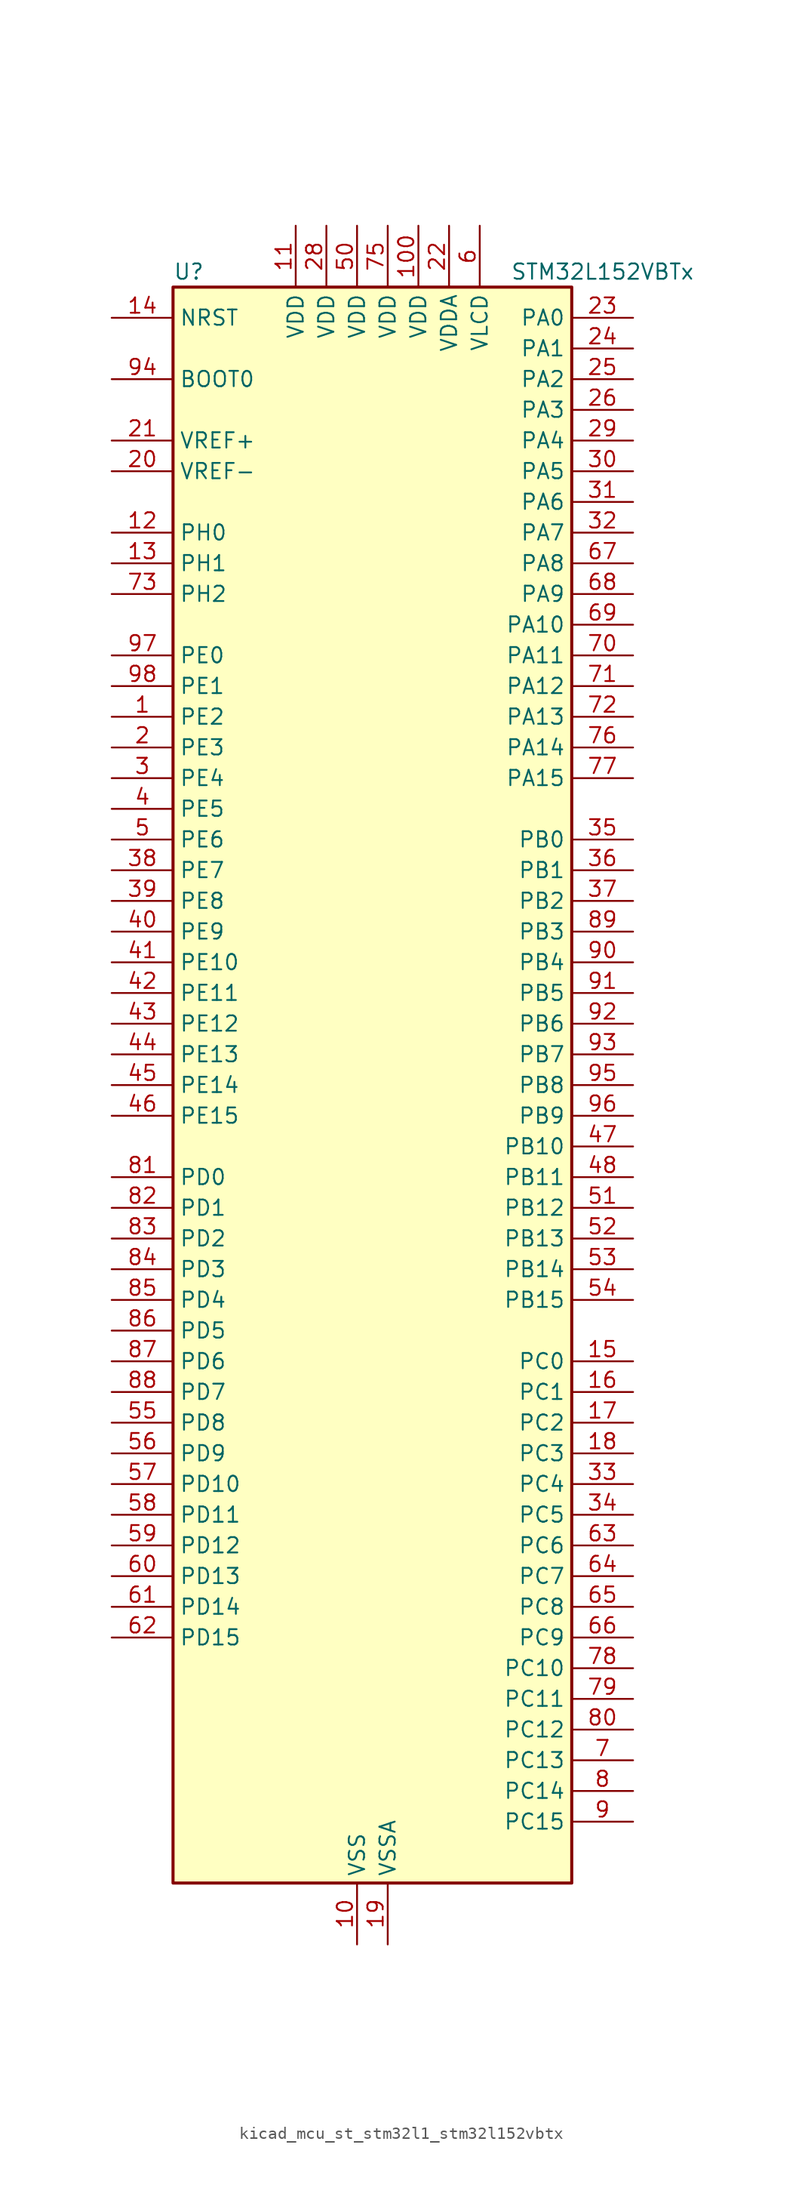
<source format=kicad_sym>
(kicad_symbol_lib
  (version 20220914)
  (generator kicad_symbol_editor)
  (symbol "kicad_mcu_st_stm32l1_stm32l152vbtx"
    (property "Reference" "U"
      (at -15.24 67.31 0)
      (effects (font (size 1.27 1.27)) (justify left)))
    (property "Value" "STM32L152VBTx"
      (at 12.7 67.31 0)
      (effects (font (size 1.27 1.27)) (justify left)))
    (property "ki_locked" ""
      (at 0 0 0)
      (effects (font (size 1.27 1.27))))
    (symbol "kicad_mcu_st_stm32l1_stm32l152vbtx_0_1"
      (rectangle (start -15.24 -66.04) (end 17.78 66.04) (stroke (width 0.254) (type default)) (fill (type background))))
    (symbol "kicad_mcu_st_stm32l1_stm32l152vbtx_1_1"
      (pin bidirectional line (at -20.32 30.48 0) (length 5.08) (name "PE2" (effects (font (size 1.27 1.27)))) (number "1" (effects (font (size 1.27 1.27)))) (alternate "LCD_SEG38" bidirectional line) (alternate "SYS_TRACECK" bidirectional line) (alternate "TIM3_ETR" bidirectional line) (alternate "TIMX_IC3" bidirectional line))
      (pin power_in line (at 0 -71.12 90) (length 5.08) (name "VSS" (effects (font (size 1.27 1.27)))) (number "10" (effects (font (size 1.27 1.27)))))
      (pin power_in line (at 5.08 71.12 270) (length 5.08) (name "VDD" (effects (font (size 1.27 1.27)))) (number "100" (effects (font (size 1.27 1.27)))))
      (pin power_in line (at -5.08 71.12 270) (length 5.08) (name "VDD" (effects (font (size 1.27 1.27)))) (number "11" (effects (font (size 1.27 1.27)))))
      (pin bidirectional line (at -20.32 45.72 0) (length 5.08) (name "PH0" (effects (font (size 1.27 1.27)))) (number "12" (effects (font (size 1.27 1.27)))) (alternate "RCC_OSC_IN" bidirectional line))
      (pin bidirectional line (at -20.32 43.18 0) (length 5.08) (name "PH1" (effects (font (size 1.27 1.27)))) (number "13" (effects (font (size 1.27 1.27)))) (alternate "RCC_OSC_OUT" bidirectional line))
      (pin input line (at -20.32 63.5 0) (length 5.08) (name "NRST" (effects (font (size 1.27 1.27)))) (number "14" (effects (font (size 1.27 1.27)))))
      (pin bidirectional line (at 22.86 -22.86 180) (length 5.08) (name "PC0" (effects (font (size 1.27 1.27)))) (number "15" (effects (font (size 1.27 1.27)))) (alternate "ADC_IN10" bidirectional line) (alternate "COMP1_INP" bidirectional line) (alternate "LCD_SEG18" bidirectional line) (alternate "TIMX_IC1" bidirectional line) (alternate "TS_G8_IO1" bidirectional line))
      (pin bidirectional line (at 22.86 -25.4 180) (length 5.08) (name "PC1" (effects (font (size 1.27 1.27)))) (number "16" (effects (font (size 1.27 1.27)))) (alternate "ADC_IN11" bidirectional line) (alternate "COMP1_INP" bidirectional line) (alternate "LCD_SEG19" bidirectional line) (alternate "TIMX_IC2" bidirectional line) (alternate "TS_G8_IO2" bidirectional line))
      (pin bidirectional line (at 22.86 -27.94 180) (length 5.08) (name "PC2" (effects (font (size 1.27 1.27)))) (number "17" (effects (font (size 1.27 1.27)))) (alternate "ADC_IN12" bidirectional line) (alternate "COMP1_INP" bidirectional line) (alternate "LCD_SEG20" bidirectional line) (alternate "TIMX_IC3" bidirectional line) (alternate "TS_G8_IO3" bidirectional line))
      (pin bidirectional line (at 22.86 -30.48 180) (length 5.08) (name "PC3" (effects (font (size 1.27 1.27)))) (number "18" (effects (font (size 1.27 1.27)))) (alternate "ADC_IN13" bidirectional line) (alternate "COMP1_INP" bidirectional line) (alternate "LCD_SEG21" bidirectional line) (alternate "TIMX_IC4" bidirectional line) (alternate "TS_G8_IO4" bidirectional line))
      (pin power_in line (at 2.54 -71.12 90) (length 5.08) (name "VSSA" (effects (font (size 1.27 1.27)))) (number "19" (effects (font (size 1.27 1.27)))))
      (pin bidirectional line (at -20.32 27.94 0) (length 5.08) (name "PE3" (effects (font (size 1.27 1.27)))) (number "2" (effects (font (size 1.27 1.27)))) (alternate "LCD_SEG39" bidirectional line) (alternate "SYS_TRACED0" bidirectional line) (alternate "TIM3_CH1" bidirectional line) (alternate "TIMX_IC4" bidirectional line))
      (pin input line (at -20.32 50.8 0) (length 5.08) (name "VREF-" (effects (font (size 1.27 1.27)))) (number "20" (effects (font (size 1.27 1.27)))))
      (pin input line (at -20.32 53.34 0) (length 5.08) (name "VREF+" (effects (font (size 1.27 1.27)))) (number "21" (effects (font (size 1.27 1.27)))))
      (pin power_in line (at 7.62 71.12 270) (length 5.08) (name "VDDA" (effects (font (size 1.27 1.27)))) (number "22" (effects (font (size 1.27 1.27)))))
      (pin bidirectional line (at 22.86 63.5 180) (length 5.08) (name "PA0" (effects (font (size 1.27 1.27)))) (number "23" (effects (font (size 1.27 1.27)))) (alternate "ADC_IN0" bidirectional line) (alternate "COMP1_INP" bidirectional line) (alternate "SYS_WKUP1" bidirectional line) (alternate "TIM2_CH1" bidirectional line) (alternate "TIM2_ETR" bidirectional line) (alternate "TIMX_IC1" bidirectional line) (alternate "TS_G1_IO1" bidirectional line) (alternate "USART2_CTS" bidirectional line))
      (pin bidirectional line (at 22.86 60.96 180) (length 5.08) (name "PA1" (effects (font (size 1.27 1.27)))) (number "24" (effects (font (size 1.27 1.27)))) (alternate "ADC_IN1" bidirectional line) (alternate "COMP1_INP" bidirectional line) (alternate "LCD_SEG0" bidirectional line) (alternate "TIM2_CH2" bidirectional line) (alternate "TIMX_IC2" bidirectional line) (alternate "TS_G1_IO2" bidirectional line) (alternate "USART2_RTS" bidirectional line))
      (pin bidirectional line (at 22.86 58.42 180) (length 5.08) (name "PA2" (effects (font (size 1.27 1.27)))) (number "25" (effects (font (size 1.27 1.27)))) (alternate "ADC_IN2" bidirectional line) (alternate "COMP1_INP" bidirectional line) (alternate "LCD_SEG1" bidirectional line) (alternate "TIM2_CH3" bidirectional line) (alternate "TIM9_CH1" bidirectional line) (alternate "TIMX_IC3" bidirectional line) (alternate "TS_G1_IO3" bidirectional line) (alternate "USART2_TX" bidirectional line))
      (pin bidirectional line (at 22.86 55.88 180) (length 5.08) (name "PA3" (effects (font (size 1.27 1.27)))) (number "26" (effects (font (size 1.27 1.27)))) (alternate "ADC_IN3" bidirectional line) (alternate "COMP1_INP" bidirectional line) (alternate "LCD_SEG2" bidirectional line) (alternate "TIM2_CH4" bidirectional line) (alternate "TIM9_CH2" bidirectional line) (alternate "TIMX_IC4" bidirectional line) (alternate "TS_G1_IO4" bidirectional line) (alternate "USART2_RX" bidirectional line))
      (pin passive line (at 0 -71.12 90) (length 5.08) hide (name "VSS" (effects (font (size 1.27 1.27)))) (number "27" (effects (font (size 1.27 1.27)))))
      (pin power_in line (at -2.54 71.12 270) (length 5.08) (name "VDD" (effects (font (size 1.27 1.27)))) (number "28" (effects (font (size 1.27 1.27)))))
      (pin bidirectional line (at 22.86 53.34 180) (length 5.08) (name "PA4" (effects (font (size 1.27 1.27)))) (number "29" (effects (font (size 1.27 1.27)))) (alternate "ADC_IN4" bidirectional line) (alternate "COMP1_INP" bidirectional line) (alternate "DAC_OUT1" bidirectional line) (alternate "SPI1_NSS" bidirectional line) (alternate "TIMX_IC1" bidirectional line) (alternate "USART2_CK" bidirectional line))
      (pin bidirectional line (at -20.32 25.4 0) (length 5.08) (name "PE4" (effects (font (size 1.27 1.27)))) (number "3" (effects (font (size 1.27 1.27)))) (alternate "SYS_TRACED1" bidirectional line) (alternate "TIM3_CH2" bidirectional line) (alternate "TIMX_IC1" bidirectional line))
      (pin bidirectional line (at 22.86 50.8 180) (length 5.08) (name "PA5" (effects (font (size 1.27 1.27)))) (number "30" (effects (font (size 1.27 1.27)))) (alternate "ADC_IN5" bidirectional line) (alternate "COMP1_INP" bidirectional line) (alternate "DAC_OUT2" bidirectional line) (alternate "SPI1_SCK" bidirectional line) (alternate "TIM2_CH1" bidirectional line) (alternate "TIM2_ETR" bidirectional line) (alternate "TIMX_IC2" bidirectional line))
      (pin bidirectional line (at 22.86 48.26 180) (length 5.08) (name "PA6" (effects (font (size 1.27 1.27)))) (number "31" (effects (font (size 1.27 1.27)))) (alternate "ADC_IN6" bidirectional line) (alternate "COMP1_INP" bidirectional line) (alternate "LCD_SEG3" bidirectional line) (alternate "SPI1_MISO" bidirectional line) (alternate "TIM10_CH1" bidirectional line) (alternate "TIM3_CH1" bidirectional line) (alternate "TIMX_IC3" bidirectional line) (alternate "TS_G2_IO1" bidirectional line))
      (pin bidirectional line (at 22.86 45.72 180) (length 5.08) (name "PA7" (effects (font (size 1.27 1.27)))) (number "32" (effects (font (size 1.27 1.27)))) (alternate "ADC_IN7" bidirectional line) (alternate "COMP1_INP" bidirectional line) (alternate "LCD_SEG4" bidirectional line) (alternate "SPI1_MOSI" bidirectional line) (alternate "TIM11_CH1" bidirectional line) (alternate "TIM3_CH2" bidirectional line) (alternate "TIMX_IC4" bidirectional line) (alternate "TS_G2_IO2" bidirectional line))
      (pin bidirectional line (at 22.86 -33.02 180) (length 5.08) (name "PC4" (effects (font (size 1.27 1.27)))) (number "33" (effects (font (size 1.27 1.27)))) (alternate "ADC_IN14" bidirectional line) (alternate "COMP1_INP" bidirectional line) (alternate "LCD_SEG22" bidirectional line) (alternate "TIMX_IC1" bidirectional line) (alternate "TS_G9_IO1" bidirectional line))
      (pin bidirectional line (at 22.86 -35.56 180) (length 5.08) (name "PC5" (effects (font (size 1.27 1.27)))) (number "34" (effects (font (size 1.27 1.27)))) (alternate "ADC_IN15" bidirectional line) (alternate "COMP1_INP" bidirectional line) (alternate "LCD_SEG23" bidirectional line) (alternate "TIMX_IC2" bidirectional line) (alternate "TS_G9_IO2" bidirectional line))
      (pin bidirectional line (at 22.86 20.32 180) (length 5.08) (name "PB0" (effects (font (size 1.27 1.27)))) (number "35" (effects (font (size 1.27 1.27)))) (alternate "ADC_IN8" bidirectional line) (alternate "COMP1_INP" bidirectional line) (alternate "LCD_SEG5" bidirectional line) (alternate "SYS_V_REF_OUT" bidirectional line) (alternate "TIM3_CH3" bidirectional line) (alternate "TS_G3_IO1" bidirectional line))
      (pin bidirectional line (at 22.86 17.78 180) (length 5.08) (name "PB1" (effects (font (size 1.27 1.27)))) (number "36" (effects (font (size 1.27 1.27)))) (alternate "ADC_IN9" bidirectional line) (alternate "COMP1_INP" bidirectional line) (alternate "LCD_SEG6" bidirectional line) (alternate "SYS_V_REF_OUT" bidirectional line) (alternate "TIM3_CH4" bidirectional line) (alternate "TS_G3_IO2" bidirectional line))
      (pin bidirectional line (at 22.86 15.24 180) (length 5.08) (name "PB2" (effects (font (size 1.27 1.27)))) (number "37" (effects (font (size 1.27 1.27)))))
      (pin bidirectional line (at -20.32 17.78 0) (length 5.08) (name "PE7" (effects (font (size 1.27 1.27)))) (number "38" (effects (font (size 1.27 1.27)))) (alternate "ADC_IN22" bidirectional line) (alternate "COMP1_INP" bidirectional line) (alternate "TIMX_IC4" bidirectional line))
      (pin bidirectional line (at -20.32 15.24 0) (length 5.08) (name "PE8" (effects (font (size 1.27 1.27)))) (number "39" (effects (font (size 1.27 1.27)))) (alternate "ADC_IN23" bidirectional line) (alternate "COMP1_INP" bidirectional line) (alternate "TIMX_IC1" bidirectional line))
      (pin bidirectional line (at -20.32 22.86 0) (length 5.08) (name "PE5" (effects (font (size 1.27 1.27)))) (number "4" (effects (font (size 1.27 1.27)))) (alternate "SYS_TRACED2" bidirectional line) (alternate "TIM9_CH1" bidirectional line) (alternate "TIMX_IC2" bidirectional line))
      (pin bidirectional line (at -20.32 12.7 0) (length 5.08) (name "PE9" (effects (font (size 1.27 1.27)))) (number "40" (effects (font (size 1.27 1.27)))) (alternate "ADC_IN24" bidirectional line) (alternate "COMP1_INP" bidirectional line) (alternate "DAC_EXTI9" bidirectional line) (alternate "TIM2_CH1" bidirectional line) (alternate "TIM2_ETR" bidirectional line) (alternate "TIMX_IC2" bidirectional line))
      (pin bidirectional line (at -20.32 10.16 0) (length 5.08) (name "PE10" (effects (font (size 1.27 1.27)))) (number "41" (effects (font (size 1.27 1.27)))) (alternate "ADC_IN25" bidirectional line) (alternate "COMP1_INP" bidirectional line) (alternate "TIM2_CH2" bidirectional line) (alternate "TIMX_IC3" bidirectional line))
      (pin bidirectional line (at -20.32 7.62 0) (length 5.08) (name "PE11" (effects (font (size 1.27 1.27)))) (number "42" (effects (font (size 1.27 1.27)))) (alternate "ADC_EXTI11" bidirectional line) (alternate "TIM2_CH3" bidirectional line) (alternate "TIMX_IC4" bidirectional line))
      (pin bidirectional line (at -20.32 5.08 0) (length 5.08) (name "PE12" (effects (font (size 1.27 1.27)))) (number "43" (effects (font (size 1.27 1.27)))) (alternate "SPI1_NSS" bidirectional line) (alternate "TIM2_CH4" bidirectional line) (alternate "TIMX_IC1" bidirectional line))
      (pin bidirectional line (at -20.32 2.54 0) (length 5.08) (name "PE13" (effects (font (size 1.27 1.27)))) (number "44" (effects (font (size 1.27 1.27)))) (alternate "SPI1_SCK" bidirectional line) (alternate "TIMX_IC2" bidirectional line))
      (pin bidirectional line (at -20.32 0 0) (length 5.08) (name "PE14" (effects (font (size 1.27 1.27)))) (number "45" (effects (font (size 1.27 1.27)))) (alternate "SPI1_MISO" bidirectional line) (alternate "TIMX_IC3" bidirectional line))
      (pin bidirectional line (at -20.32 -2.54 0) (length 5.08) (name "PE15" (effects (font (size 1.27 1.27)))) (number "46" (effects (font (size 1.27 1.27)))) (alternate "ADC_EXTI15" bidirectional line) (alternate "SPI1_MOSI" bidirectional line) (alternate "TIMX_IC4" bidirectional line))
      (pin bidirectional line (at 22.86 -5.08 180) (length 5.08) (name "PB10" (effects (font (size 1.27 1.27)))) (number "47" (effects (font (size 1.27 1.27)))) (alternate "I2C2_SCL" bidirectional line) (alternate "LCD_SEG10" bidirectional line) (alternate "TIM2_CH3" bidirectional line) (alternate "USART3_TX" bidirectional line))
      (pin bidirectional line (at 22.86 -7.62 180) (length 5.08) (name "PB11" (effects (font (size 1.27 1.27)))) (number "48" (effects (font (size 1.27 1.27)))) (alternate "ADC_EXTI11" bidirectional line) (alternate "I2C2_SDA" bidirectional line) (alternate "LCD_SEG11" bidirectional line) (alternate "TIM2_CH4" bidirectional line) (alternate "USART3_RX" bidirectional line))
      (pin passive line (at 0 -71.12 90) (length 5.08) hide (name "VSS" (effects (font (size 1.27 1.27)))) (number "49" (effects (font (size 1.27 1.27)))))
      (pin bidirectional line (at -20.32 20.32 0) (length 5.08) (name "PE6" (effects (font (size 1.27 1.27)))) (number "5" (effects (font (size 1.27 1.27)))) (alternate "SYS_TRACED3" bidirectional line) (alternate "SYS_WKUP3" bidirectional line) (alternate "TIM9_CH2" bidirectional line) (alternate "TIMX_IC3" bidirectional line))
      (pin power_in line (at 0 71.12 270) (length 5.08) (name "VDD" (effects (font (size 1.27 1.27)))) (number "50" (effects (font (size 1.27 1.27)))))
      (pin bidirectional line (at 22.86 -10.16 180) (length 5.08) (name "PB12" (effects (font (size 1.27 1.27)))) (number "51" (effects (font (size 1.27 1.27)))) (alternate "ADC_IN18" bidirectional line) (alternate "COMP1_INP" bidirectional line) (alternate "I2C2_SMBA" bidirectional line) (alternate "LCD_SEG12" bidirectional line) (alternate "SPI2_NSS" bidirectional line) (alternate "TIM10_CH1" bidirectional line) (alternate "TS_G7_IO1" bidirectional line) (alternate "USART3_CK" bidirectional line))
      (pin bidirectional line (at 22.86 -12.7 180) (length 5.08) (name "PB13" (effects (font (size 1.27 1.27)))) (number "52" (effects (font (size 1.27 1.27)))) (alternate "ADC_IN19" bidirectional line) (alternate "COMP1_INP" bidirectional line) (alternate "LCD_SEG13" bidirectional line) (alternate "SPI2_SCK" bidirectional line) (alternate "TIM9_CH1" bidirectional line) (alternate "TS_G7_IO2" bidirectional line) (alternate "USART3_CTS" bidirectional line))
      (pin bidirectional line (at 22.86 -15.24 180) (length 5.08) (name "PB14" (effects (font (size 1.27 1.27)))) (number "53" (effects (font (size 1.27 1.27)))) (alternate "ADC_IN20" bidirectional line) (alternate "COMP1_INP" bidirectional line) (alternate "LCD_SEG14" bidirectional line) (alternate "SPI2_MISO" bidirectional line) (alternate "TIM9_CH2" bidirectional line) (alternate "TS_G7_IO3" bidirectional line) (alternate "USART3_RTS" bidirectional line))
      (pin bidirectional line (at 22.86 -17.78 180) (length 5.08) (name "PB15" (effects (font (size 1.27 1.27)))) (number "54" (effects (font (size 1.27 1.27)))) (alternate "ADC_EXTI15" bidirectional line) (alternate "ADC_IN21" bidirectional line) (alternate "COMP1_INP" bidirectional line) (alternate "LCD_SEG15" bidirectional line) (alternate "RTC_REFIN" bidirectional line) (alternate "SPI2_MOSI" bidirectional line) (alternate "TIM11_CH1" bidirectional line) (alternate "TS_G7_IO4" bidirectional line))
      (pin bidirectional line (at -20.32 -27.94 0) (length 5.08) (name "PD8" (effects (font (size 1.27 1.27)))) (number "55" (effects (font (size 1.27 1.27)))) (alternate "LCD_SEG28" bidirectional line) (alternate "TIMX_IC1" bidirectional line) (alternate "USART3_TX" bidirectional line))
      (pin bidirectional line (at -20.32 -30.48 0) (length 5.08) (name "PD9" (effects (font (size 1.27 1.27)))) (number "56" (effects (font (size 1.27 1.27)))) (alternate "DAC_EXTI9" bidirectional line) (alternate "LCD_SEG29" bidirectional line) (alternate "TIMX_IC2" bidirectional line) (alternate "USART3_RX" bidirectional line))
      (pin bidirectional line (at -20.32 -33.02 0) (length 5.08) (name "PD10" (effects (font (size 1.27 1.27)))) (number "57" (effects (font (size 1.27 1.27)))) (alternate "LCD_SEG30" bidirectional line) (alternate "TIMX_IC3" bidirectional line) (alternate "USART3_CK" bidirectional line))
      (pin bidirectional line (at -20.32 -35.56 0) (length 5.08) (name "PD11" (effects (font (size 1.27 1.27)))) (number "58" (effects (font (size 1.27 1.27)))) (alternate "ADC_EXTI11" bidirectional line) (alternate "LCD_SEG31" bidirectional line) (alternate "TIMX_IC4" bidirectional line) (alternate "USART3_CTS" bidirectional line))
      (pin bidirectional line (at -20.32 -38.1 0) (length 5.08) (name "PD12" (effects (font (size 1.27 1.27)))) (number "59" (effects (font (size 1.27 1.27)))) (alternate "LCD_SEG32" bidirectional line) (alternate "TIM4_CH1" bidirectional line) (alternate "TIMX_IC1" bidirectional line) (alternate "USART3_RTS" bidirectional line))
      (pin power_in line (at 10.16 71.12 270) (length 5.08) (name "VLCD" (effects (font (size 1.27 1.27)))) (number "6" (effects (font (size 1.27 1.27)))))
      (pin bidirectional line (at -20.32 -40.64 0) (length 5.08) (name "PD13" (effects (font (size 1.27 1.27)))) (number "60" (effects (font (size 1.27 1.27)))) (alternate "LCD_SEG33" bidirectional line) (alternate "TIM4_CH2" bidirectional line) (alternate "TIMX_IC2" bidirectional line))
      (pin bidirectional line (at -20.32 -43.18 0) (length 5.08) (name "PD14" (effects (font (size 1.27 1.27)))) (number "61" (effects (font (size 1.27 1.27)))) (alternate "LCD_SEG34" bidirectional line) (alternate "TIM4_CH3" bidirectional line) (alternate "TIMX_IC3" bidirectional line))
      (pin bidirectional line (at -20.32 -45.72 0) (length 5.08) (name "PD15" (effects (font (size 1.27 1.27)))) (number "62" (effects (font (size 1.27 1.27)))) (alternate "ADC_EXTI15" bidirectional line) (alternate "LCD_SEG35" bidirectional line) (alternate "TIM4_CH4" bidirectional line) (alternate "TIMX_IC4" bidirectional line))
      (pin bidirectional line (at 22.86 -38.1 180) (length 5.08) (name "PC6" (effects (font (size 1.27 1.27)))) (number "63" (effects (font (size 1.27 1.27)))) (alternate "LCD_SEG24" bidirectional line) (alternate "TIM3_CH1" bidirectional line) (alternate "TIMX_IC3" bidirectional line) (alternate "TS_G10_IO1" bidirectional line))
      (pin bidirectional line (at 22.86 -40.64 180) (length 5.08) (name "PC7" (effects (font (size 1.27 1.27)))) (number "64" (effects (font (size 1.27 1.27)))) (alternate "LCD_SEG25" bidirectional line) (alternate "TIM3_CH2" bidirectional line) (alternate "TIMX_IC4" bidirectional line) (alternate "TS_G10_IO2" bidirectional line))
      (pin bidirectional line (at 22.86 -43.18 180) (length 5.08) (name "PC8" (effects (font (size 1.27 1.27)))) (number "65" (effects (font (size 1.27 1.27)))) (alternate "LCD_SEG26" bidirectional line) (alternate "TIM3_CH3" bidirectional line) (alternate "TIMX_IC1" bidirectional line) (alternate "TS_G10_IO3" bidirectional line))
      (pin bidirectional line (at 22.86 -45.72 180) (length 5.08) (name "PC9" (effects (font (size 1.27 1.27)))) (number "66" (effects (font (size 1.27 1.27)))) (alternate "DAC_EXTI9" bidirectional line) (alternate "LCD_SEG27" bidirectional line) (alternate "TIM3_CH4" bidirectional line) (alternate "TIMX_IC2" bidirectional line) (alternate "TS_G10_IO4" bidirectional line))
      (pin bidirectional line (at 22.86 43.18 180) (length 5.08) (name "PA8" (effects (font (size 1.27 1.27)))) (number "67" (effects (font (size 1.27 1.27)))) (alternate "LCD_COM0" bidirectional line) (alternate "RCC_MCO" bidirectional line) (alternate "TIMX_IC1" bidirectional line) (alternate "TS_G4_IO1" bidirectional line) (alternate "USART1_CK" bidirectional line))
      (pin bidirectional line (at 22.86 40.64 180) (length 5.08) (name "PA9" (effects (font (size 1.27 1.27)))) (number "68" (effects (font (size 1.27 1.27)))) (alternate "DAC_EXTI9" bidirectional line) (alternate "LCD_COM1" bidirectional line) (alternate "TIMX_IC2" bidirectional line) (alternate "TS_G4_IO2" bidirectional line) (alternate "USART1_TX" bidirectional line))
      (pin bidirectional line (at 22.86 38.1 180) (length 5.08) (name "PA10" (effects (font (size 1.27 1.27)))) (number "69" (effects (font (size 1.27 1.27)))) (alternate "LCD_COM2" bidirectional line) (alternate "TIMX_IC3" bidirectional line) (alternate "TS_G4_IO3" bidirectional line) (alternate "USART1_RX" bidirectional line))
      (pin bidirectional line (at 22.86 -55.88 180) (length 5.08) (name "PC13" (effects (font (size 1.27 1.27)))) (number "7" (effects (font (size 1.27 1.27)))) (alternate "RTC_OUT_ALARM" bidirectional line) (alternate "RTC_OUT_CALIB" bidirectional line) (alternate "RTC_TAMP1" bidirectional line) (alternate "RTC_TS" bidirectional line) (alternate "SYS_WKUP2" bidirectional line) (alternate "TIMX_IC2" bidirectional line))
      (pin bidirectional line (at 22.86 35.56 180) (length 5.08) (name "PA11" (effects (font (size 1.27 1.27)))) (number "70" (effects (font (size 1.27 1.27)))) (alternate "ADC_EXTI11" bidirectional line) (alternate "SPI1_MISO" bidirectional line) (alternate "TIMX_IC4" bidirectional line) (alternate "USART1_CTS" bidirectional line) (alternate "USB_DM" bidirectional line))
      (pin bidirectional line (at 22.86 33.02 180) (length 5.08) (name "PA12" (effects (font (size 1.27 1.27)))) (number "71" (effects (font (size 1.27 1.27)))) (alternate "SPI1_MOSI" bidirectional line) (alternate "TIMX_IC1" bidirectional line) (alternate "USART1_RTS" bidirectional line) (alternate "USB_DP" bidirectional line))
      (pin bidirectional line (at 22.86 30.48 180) (length 5.08) (name "PA13" (effects (font (size 1.27 1.27)))) (number "72" (effects (font (size 1.27 1.27)))) (alternate "SYS_JTMS-SWDIO" bidirectional line) (alternate "TIMX_IC2" bidirectional line) (alternate "TS_G5_IO1" bidirectional line))
      (pin bidirectional line (at -20.32 40.64 0) (length 5.08) (name "PH2" (effects (font (size 1.27 1.27)))) (number "73" (effects (font (size 1.27 1.27)))))
      (pin passive line (at 0 -71.12 90) (length 5.08) hide (name "VSS" (effects (font (size 1.27 1.27)))) (number "74" (effects (font (size 1.27 1.27)))))
      (pin power_in line (at 2.54 71.12 270) (length 5.08) (name "VDD" (effects (font (size 1.27 1.27)))) (number "75" (effects (font (size 1.27 1.27)))))
      (pin bidirectional line (at 22.86 27.94 180) (length 5.08) (name "PA14" (effects (font (size 1.27 1.27)))) (number "76" (effects (font (size 1.27 1.27)))) (alternate "SYS_JTCK-SWCLK" bidirectional line) (alternate "TIMX_IC3" bidirectional line) (alternate "TS_G5_IO2" bidirectional line))
      (pin bidirectional line (at 22.86 25.4 180) (length 5.08) (name "PA15" (effects (font (size 1.27 1.27)))) (number "77" (effects (font (size 1.27 1.27)))) (alternate "ADC_EXTI15" bidirectional line) (alternate "LCD_SEG17" bidirectional line) (alternate "SPI1_NSS" bidirectional line) (alternate "SYS_JTDI" bidirectional line) (alternate "TIM2_CH1" bidirectional line) (alternate "TIM2_ETR" bidirectional line) (alternate "TIMX_IC4" bidirectional line) (alternate "TS_G5_IO3" bidirectional line))
      (pin bidirectional line (at 22.86 -48.26 180) (length 5.08) (name "PC10" (effects (font (size 1.27 1.27)))) (number "78" (effects (font (size 1.27 1.27)))) (alternate "LCD_COM4" bidirectional line) (alternate "LCD_SEG28" bidirectional line) (alternate "LCD_SEG40" bidirectional line) (alternate "TIMX_IC3" bidirectional line) (alternate "USART3_TX" bidirectional line))
      (pin bidirectional line (at 22.86 -50.8 180) (length 5.08) (name "PC11" (effects (font (size 1.27 1.27)))) (number "79" (effects (font (size 1.27 1.27)))) (alternate "ADC_EXTI11" bidirectional line) (alternate "LCD_COM5" bidirectional line) (alternate "LCD_SEG29" bidirectional line) (alternate "LCD_SEG41" bidirectional line) (alternate "TIMX_IC4" bidirectional line) (alternate "USART3_RX" bidirectional line))
      (pin bidirectional line (at 22.86 -58.42 180) (length 5.08) (name "PC14" (effects (font (size 1.27 1.27)))) (number "8" (effects (font (size 1.27 1.27)))) (alternate "RCC_OSC32_IN" bidirectional line) (alternate "TIMX_IC3" bidirectional line))
      (pin bidirectional line (at 22.86 -53.34 180) (length 5.08) (name "PC12" (effects (font (size 1.27 1.27)))) (number "80" (effects (font (size 1.27 1.27)))) (alternate "LCD_COM6" bidirectional line) (alternate "LCD_SEG30" bidirectional line) (alternate "LCD_SEG42" bidirectional line) (alternate "TIMX_IC1" bidirectional line) (alternate "USART3_CK" bidirectional line))
      (pin bidirectional line (at -20.32 -7.62 0) (length 5.08) (name "PD0" (effects (font (size 1.27 1.27)))) (number "81" (effects (font (size 1.27 1.27)))) (alternate "SPI2_NSS" bidirectional line) (alternate "TIM9_CH1" bidirectional line) (alternate "TIMX_IC1" bidirectional line))
      (pin bidirectional line (at -20.32 -10.16 0) (length 5.08) (name "PD1" (effects (font (size 1.27 1.27)))) (number "82" (effects (font (size 1.27 1.27)))) (alternate "SPI2_SCK" bidirectional line) (alternate "TIMX_IC2" bidirectional line))
      (pin bidirectional line (at -20.32 -12.7 0) (length 5.08) (name "PD2" (effects (font (size 1.27 1.27)))) (number "83" (effects (font (size 1.27 1.27)))) (alternate "LCD_COM7" bidirectional line) (alternate "LCD_SEG31" bidirectional line) (alternate "LCD_SEG43" bidirectional line) (alternate "TIM3_ETR" bidirectional line) (alternate "TIMX_IC3" bidirectional line))
      (pin bidirectional line (at -20.32 -15.24 0) (length 5.08) (name "PD3" (effects (font (size 1.27 1.27)))) (number "84" (effects (font (size 1.27 1.27)))) (alternate "SPI2_MISO" bidirectional line) (alternate "TIMX_IC4" bidirectional line) (alternate "USART2_CTS" bidirectional line))
      (pin bidirectional line (at -20.32 -17.78 0) (length 5.08) (name "PD4" (effects (font (size 1.27 1.27)))) (number "85" (effects (font (size 1.27 1.27)))) (alternate "SPI2_MOSI" bidirectional line) (alternate "TIMX_IC1" bidirectional line) (alternate "USART2_RTS" bidirectional line))
      (pin bidirectional line (at -20.32 -20.32 0) (length 5.08) (name "PD5" (effects (font (size 1.27 1.27)))) (number "86" (effects (font (size 1.27 1.27)))) (alternate "TIMX_IC2" bidirectional line) (alternate "USART2_TX" bidirectional line))
      (pin bidirectional line (at -20.32 -22.86 0) (length 5.08) (name "PD6" (effects (font (size 1.27 1.27)))) (number "87" (effects (font (size 1.27 1.27)))) (alternate "TIMX_IC3" bidirectional line) (alternate "USART2_RX" bidirectional line))
      (pin bidirectional line (at -20.32 -25.4 0) (length 5.08) (name "PD7" (effects (font (size 1.27 1.27)))) (number "88" (effects (font (size 1.27 1.27)))) (alternate "TIM9_CH2" bidirectional line) (alternate "TIMX_IC4" bidirectional line) (alternate "USART2_CK" bidirectional line))
      (pin bidirectional line (at 22.86 12.7 180) (length 5.08) (name "PB3" (effects (font (size 1.27 1.27)))) (number "89" (effects (font (size 1.27 1.27)))) (alternate "COMP2_INM" bidirectional line) (alternate "LCD_SEG7" bidirectional line) (alternate "SPI1_SCK" bidirectional line) (alternate "SYS_JTDO-TRACESWO" bidirectional line) (alternate "TIM2_CH2" bidirectional line))
      (pin bidirectional line (at 22.86 -60.96 180) (length 5.08) (name "PC15" (effects (font (size 1.27 1.27)))) (number "9" (effects (font (size 1.27 1.27)))) (alternate "ADC_EXTI15" bidirectional line) (alternate "RCC_OSC32_OUT" bidirectional line) (alternate "TIMX_IC4" bidirectional line))
      (pin bidirectional line (at 22.86 10.16 180) (length 5.08) (name "PB4" (effects (font (size 1.27 1.27)))) (number "90" (effects (font (size 1.27 1.27)))) (alternate "COMP2_INP" bidirectional line) (alternate "LCD_SEG8" bidirectional line) (alternate "SPI1_MISO" bidirectional line) (alternate "SYS_JTRST" bidirectional line) (alternate "TIM3_CH1" bidirectional line) (alternate "TS_G6_IO1" bidirectional line))
      (pin bidirectional line (at 22.86 7.62 180) (length 5.08) (name "PB5" (effects (font (size 1.27 1.27)))) (number "91" (effects (font (size 1.27 1.27)))) (alternate "COMP2_INP" bidirectional line) (alternate "I2C1_SMBA" bidirectional line) (alternate "LCD_SEG9" bidirectional line) (alternate "SPI1_MOSI" bidirectional line) (alternate "TIM3_CH2" bidirectional line) (alternate "TS_G6_IO2" bidirectional line))
      (pin bidirectional line (at 22.86 5.08 180) (length 5.08) (name "PB6" (effects (font (size 1.27 1.27)))) (number "92" (effects (font (size 1.27 1.27)))) (alternate "I2C1_SCL" bidirectional line) (alternate "TIM4_CH1" bidirectional line) (alternate "USART1_TX" bidirectional line))
      (pin bidirectional line (at 22.86 2.54 180) (length 5.08) (name "PB7" (effects (font (size 1.27 1.27)))) (number "93" (effects (font (size 1.27 1.27)))) (alternate "I2C1_SDA" bidirectional line) (alternate "SYS_PVD_IN" bidirectional line) (alternate "TIM4_CH2" bidirectional line) (alternate "USART1_RX" bidirectional line))
      (pin input line (at -20.32 58.42 0) (length 5.08) (name "BOOT0" (effects (font (size 1.27 1.27)))) (number "94" (effects (font (size 1.27 1.27)))))
      (pin bidirectional line (at 22.86 0 180) (length 5.08) (name "PB8" (effects (font (size 1.27 1.27)))) (number "95" (effects (font (size 1.27 1.27)))) (alternate "I2C1_SCL" bidirectional line) (alternate "LCD_SEG16" bidirectional line) (alternate "TIM10_CH1" bidirectional line) (alternate "TIM4_CH3" bidirectional line))
      (pin bidirectional line (at 22.86 -2.54 180) (length 5.08) (name "PB9" (effects (font (size 1.27 1.27)))) (number "96" (effects (font (size 1.27 1.27)))) (alternate "DAC_EXTI9" bidirectional line) (alternate "I2C1_SDA" bidirectional line) (alternate "LCD_COM3" bidirectional line) (alternate "TIM11_CH1" bidirectional line) (alternate "TIM4_CH4" bidirectional line))
      (pin bidirectional line (at -20.32 35.56 0) (length 5.08) (name "PE0" (effects (font (size 1.27 1.27)))) (number "97" (effects (font (size 1.27 1.27)))) (alternate "LCD_SEG36" bidirectional line) (alternate "TIM10_CH1" bidirectional line) (alternate "TIM4_ETR" bidirectional line) (alternate "TIMX_IC1" bidirectional line))
      (pin bidirectional line (at -20.32 33.02 0) (length 5.08) (name "PE1" (effects (font (size 1.27 1.27)))) (number "98" (effects (font (size 1.27 1.27)))) (alternate "LCD_SEG37" bidirectional line) (alternate "TIM11_CH1" bidirectional line) (alternate "TIMX_IC2" bidirectional line))
      (pin passive line (at 0 -71.12 90) (length 5.08) hide (name "VSS" (effects (font (size 1.27 1.27)))) (number "99" (effects (font (size 1.27 1.27))))))))
</source>
